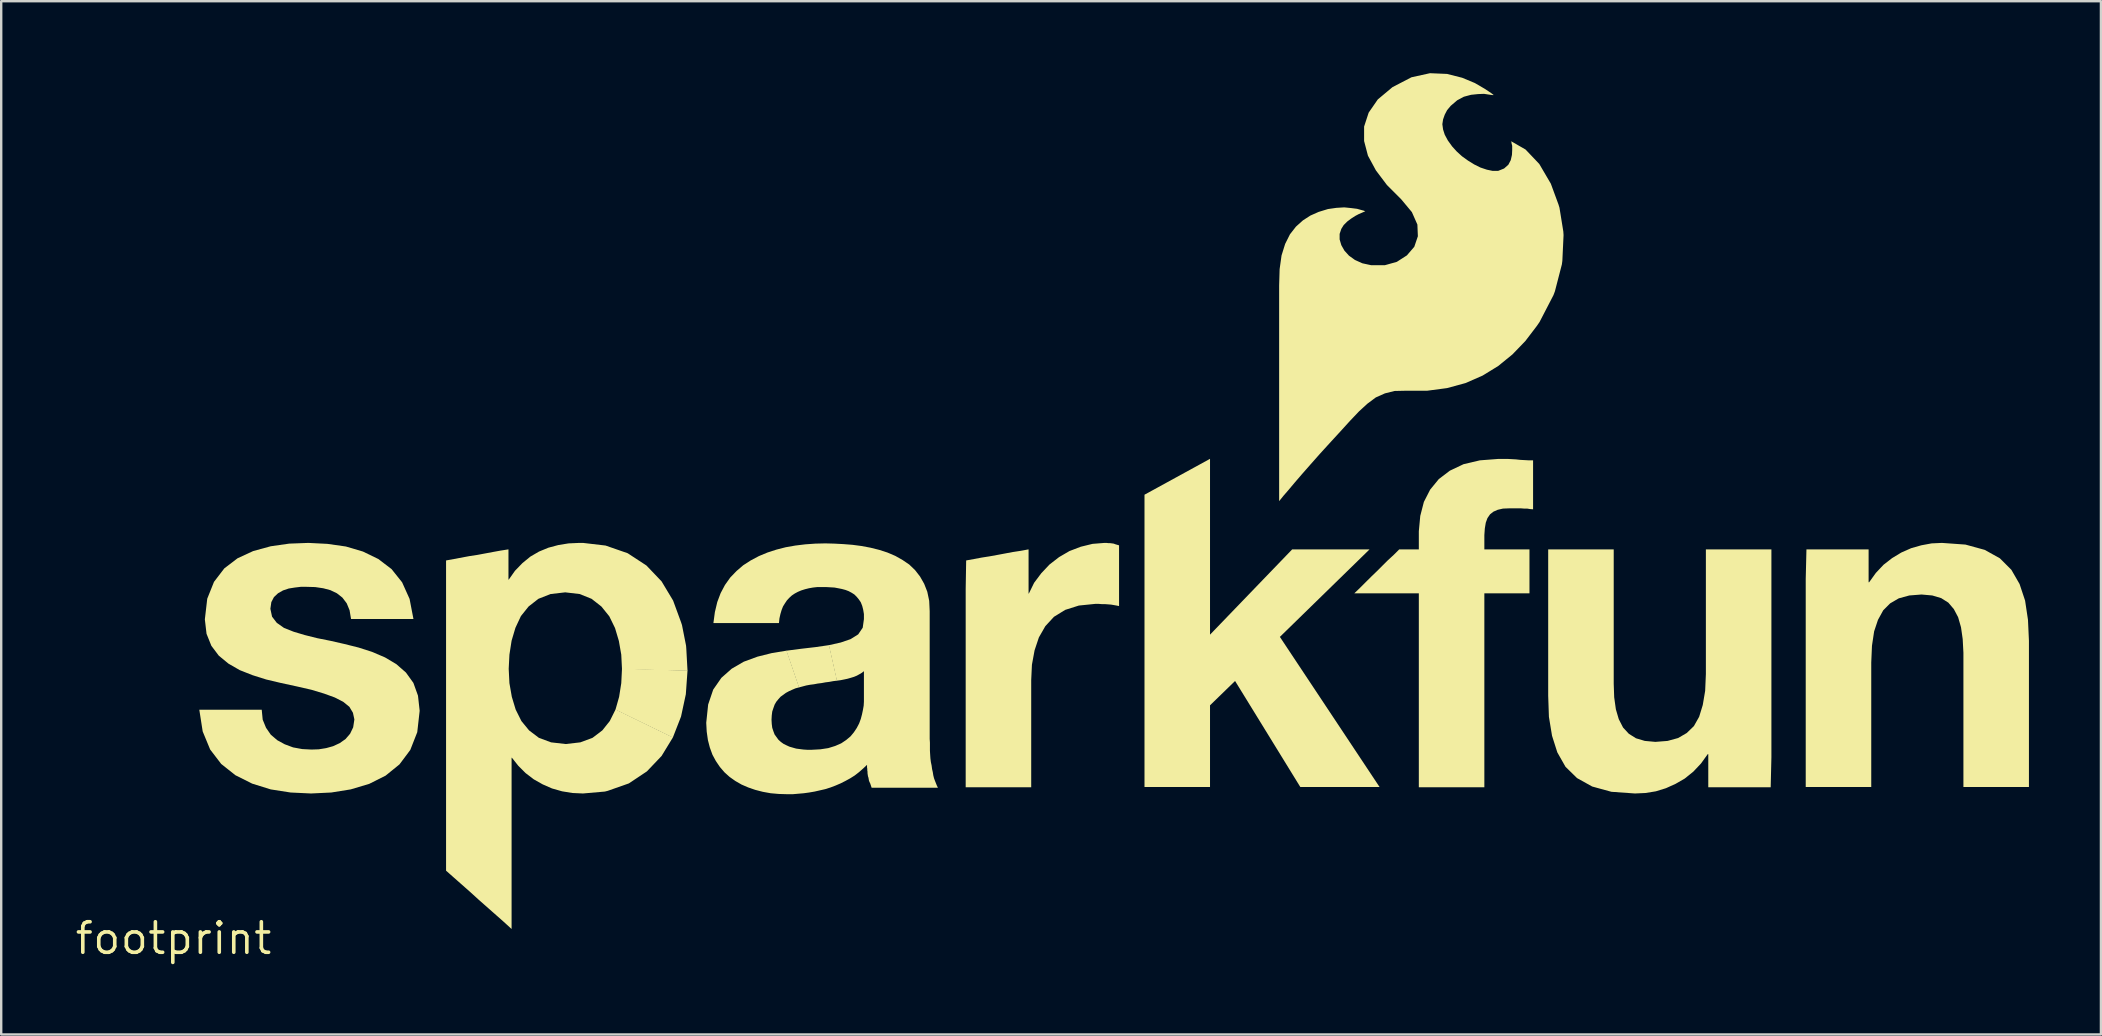
<source format=kicad_pcb>
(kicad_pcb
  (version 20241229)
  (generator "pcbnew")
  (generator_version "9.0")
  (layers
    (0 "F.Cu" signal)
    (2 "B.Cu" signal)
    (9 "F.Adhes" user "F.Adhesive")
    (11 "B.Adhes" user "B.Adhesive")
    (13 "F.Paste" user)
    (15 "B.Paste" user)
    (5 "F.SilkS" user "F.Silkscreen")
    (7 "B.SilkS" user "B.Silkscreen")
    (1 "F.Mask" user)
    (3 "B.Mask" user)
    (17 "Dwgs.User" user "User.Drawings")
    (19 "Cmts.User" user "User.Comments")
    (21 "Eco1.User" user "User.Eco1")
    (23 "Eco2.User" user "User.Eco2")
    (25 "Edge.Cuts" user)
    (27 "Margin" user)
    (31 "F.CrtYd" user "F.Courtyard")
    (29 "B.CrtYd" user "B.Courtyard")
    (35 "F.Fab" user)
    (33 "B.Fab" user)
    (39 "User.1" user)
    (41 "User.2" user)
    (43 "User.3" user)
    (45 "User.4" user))
  (footprint "footprint"
    (layer "F.Cu")
    (at 4.18 36.045)
    (property "Reference" "footprint" (at 0 0 0) (layer "F.SilkS") (effects (font (size 1.27 1.27) (thickness 0.15))))
    (fp_poly (pts (xy 21.415 -11.155) (xy 21.345 -10.169) (xy 21.145 -9.239) (xy 20.803 -8.363) (xy 18.414 -9.527) (xy 18.565 -10.061) (xy 18.655 -10.631) (xy 18.685 -11.235)) (stroke (width 0) (type solid)) (fill yes) (layer "F.SilkS"))
    (fp_poly (pts (xy 43.185 -12.652) (xy 46.608 -16.205) (xy 49.832 -16.205) (xy 46.096 -12.559) (xy 50.249 -6.305) (xy 46.947 -6.305) (xy 44.229 -10.722) (xy 43.185 -9.708) (xy 43.185 -6.305) (xy 40.455 -6.305) (xy 40.455 -18.483) (xy 43.185 -19.978)) (stroke (width 0) (type solid)) (fill yes) (layer "F.SilkS"))
    (fp_poly (pts (xy 27.646 -10.736) (xy 27.481 -10.715) (xy 27.321 -10.685) (xy 27.161 -10.665) (xy 27.001 -10.635) (xy 26.841 -10.615) (xy 26.681 -10.585) (xy 26.521 -10.565) (xy 26.361 -10.535) (xy 26.211 -10.495) (xy 26.057 -10.454) (xy 25.533 -11.984) (xy 26.159 -12.065) (xy 26.759 -12.135) (xy 27.314 -12.216)) (stroke (width 0) (type solid)) (fill yes) (layer "F.SilkS"))
    (fp_poly (pts (xy 60.005 -10.61) (xy 60.025 -10.04) (xy 60.095 -9.541) (xy 60.215 -9.132) (xy 60.394 -8.783) (xy 60.633 -8.524) (xy 60.932 -8.335) (xy 61.301 -8.225) (xy 61.74 -8.185) (xy 62.249 -8.225) (xy 62.688 -8.345) (xy 63.047 -8.554) (xy 63.346 -8.843) (xy 63.565 -9.232) (xy 63.715 -9.721) (xy 63.815 -10.311) (xy 63.845 -11.01) (xy 63.845 -16.205) (xy 66.575 -16.205) (xy 66.575 -7.54) (xy 66.545 -6.295) (xy 63.945 -6.295) (xy 63.945 -7.675) (xy 63.923 -7.675) (xy 63.644 -7.287) (xy 63.323 -6.946) (xy 62.963 -6.656) (xy 62.582 -6.436) (xy 62.182 -6.255) (xy 61.761 -6.125) (xy 61.331 -6.055) (xy 60.89 -6.035) (xy 59.909 -6.105) (xy 59.108 -6.325) (xy 58.477 -6.676) (xy 57.996 -7.147) (xy 57.655 -7.748) (xy 57.435 -8.439) (xy 57.305 -9.23) (xy 57.275 -10.11) (xy 57.275 -16.205) (xy 60.005 -16.205)) (stroke (width 0) (type solid)) (fill yes) (layer "F.SilkS"))
    (fp_poly (pts (xy 74.661 -16.405) (xy 75.462 -16.185) (xy 76.093 -15.834) (xy 76.574 -15.353) (xy 76.915 -14.762) (xy 77.145 -14.071) (xy 77.265 -13.27) (xy 77.305 -12.4) (xy 77.305 -6.305) (xy 74.575 -6.305) (xy 74.575 -11.9) (xy 74.545 -12.47) (xy 74.475 -12.959) (xy 74.355 -13.378) (xy 74.176 -13.717) (xy 73.947 -13.986) (xy 73.648 -14.175) (xy 73.279 -14.285) (xy 72.83 -14.325) (xy 72.321 -14.285) (xy 71.882 -14.165) (xy 71.523 -13.956) (xy 71.234 -13.667) (xy 71.015 -13.268) (xy 70.855 -12.789) (xy 70.765 -12.19) (xy 70.735 -11.49) (xy 70.735 -6.305) (xy 68.005 -6.305) (xy 68.005 -14.97) (xy 68.035 -16.205) (xy 70.625 -16.205) (xy 70.625 -14.835) (xy 70.647 -14.835) (xy 70.926 -15.223) (xy 71.247 -15.564) (xy 71.607 -15.844) (xy 71.988 -16.074) (xy 72.398 -16.255) (xy 72.819 -16.375) (xy 73.249 -16.455) (xy 73.68 -16.475)) (stroke (width 0) (type solid)) (fill yes) (layer "F.SilkS"))
    (fp_poly (pts (xy 38.95 -16.465) (xy 39.02 -16.465) (xy 39.101 -16.455) (xy 39.171 -16.445) (xy 39.252 -16.415) (xy 39.395 -16.374) (xy 39.395 -13.844) (xy 39.289 -13.865) (xy 39.179 -13.885) (xy 39.059 -13.905) (xy 38.8 -13.925) (xy 38.67 -13.925) (xy 38.54 -13.935) (xy 38.41 -13.935) (xy 37.721 -13.865) (xy 37.152 -13.685) (xy 36.683 -13.396) (xy 36.324 -13.007) (xy 36.055 -12.538) (xy 35.875 -11.999) (xy 35.765 -11.399) (xy 35.735 -10.76) (xy 35.735 -6.295) (xy 33.005 -6.295) (xy 33.005 -14.56) (xy 33.025 -15.744) (xy 33.359 -15.805) (xy 33.679 -15.865) (xy 33.999 -15.915) (xy 34.329 -15.975) (xy 34.649 -16.035) (xy 34.969 -16.095) (xy 35.299 -16.145) (xy 35.625 -16.206) (xy 35.625 -14.365) (xy 35.637 -14.365) (xy 35.856 -14.813) (xy 36.156 -15.213) (xy 36.497 -15.574) (xy 36.897 -15.884) (xy 37.328 -16.135) (xy 37.799 -16.315) (xy 38.289 -16.435) (xy 38.79 -16.475) (xy 38.87 -16.475)) (stroke (width 0) (type solid)) (fill yes) (layer "F.SilkS"))
    (fp_poly (pts (xy 55.75 -19.965) (xy 55.93 -19.955) (xy 56.11 -19.935) (xy 56.47 -19.915) (xy 56.645 -19.915) (xy 56.645 -17.875) (xy 56.519 -17.885) (xy 56.4 -17.905) (xy 56.27 -17.905) (xy 56.14 -17.915) (xy 55.65 -17.915) (xy 55.391 -17.905) (xy 55.172 -17.855) (xy 54.993 -17.776) (xy 54.854 -17.667) (xy 54.744 -17.508) (xy 54.675 -17.319) (xy 54.635 -17.079) (xy 54.615 -16.8) (xy 54.615 -16.205) (xy 56.495 -16.205) (xy 56.495 -14.375) (xy 54.615 -14.375) (xy 54.615 -6.295) (xy 51.885 -6.295) (xy 51.885 -14.375) (xy 49.198 -14.375) (xy 49.446 -14.614) (xy 49.676 -14.844) (xy 49.907 -15.074) (xy 50.136 -15.294) (xy 50.366 -15.524) (xy 50.597 -15.754) (xy 50.837 -15.974) (xy 51.068 -16.205) (xy 51.885 -16.205) (xy 51.885 -16.96) (xy 51.945 -17.601) (xy 52.095 -18.182) (xy 52.356 -18.693) (xy 52.717 -19.134) (xy 53.177 -19.484) (xy 53.748 -19.755) (xy 54.429 -19.915) (xy 55.21 -19.975) (xy 55.57 -19.975)) (stroke (width 0) (type solid)) (fill yes) (layer "F.SilkS"))
    (fp_poly (pts (xy 18.001 -16.365) (xy 18.922 -16.045) (xy 19.703 -15.534) (xy 20.334 -14.873) (xy 20.815 -14.072) (xy 21.145 -13.172) (xy 21.185 -13.051) (xy 21.355 -12.191) (xy 21.365 -12.06) (xy 21.415 -11.145) (xy 18.685 -11.215) (xy 18.655 -11.819) (xy 18.555 -12.389) (xy 18.395 -12.928) (xy 18.156 -13.417) (xy 17.826 -13.826) (xy 17.417 -14.146) (xy 16.919 -14.345) (xy 16.32 -14.415) (xy 15.711 -14.345) (xy 15.203 -14.146) (xy 14.794 -13.826) (xy 14.474 -13.427) (xy 14.245 -12.938) (xy 14.085 -12.399) (xy 13.995 -11.819) (xy 13.965 -11.23) (xy 13.995 -10.631) (xy 14.095 -10.061) (xy 14.255 -9.532) (xy 14.494 -9.053) (xy 14.813 -8.664) (xy 15.222 -8.354) (xy 15.731 -8.165) (xy 16.34 -8.095) (xy 16.949 -8.165) (xy 17.458 -8.354) (xy 17.866 -8.664) (xy 18.176 -9.053) (xy 18.418 -9.537) (xy 20.807 -8.372) (xy 20.334 -7.597) (xy 19.723 -6.956) (xy 18.972 -6.455) (xy 18.091 -6.145) (xy 17.971 -6.115) (xy 17.06 -6.035) (xy 16.619 -6.055) (xy 16.189 -6.125) (xy 15.768 -6.245) (xy 15.378 -6.416) (xy 15.007 -6.626) (xy 14.667 -6.886) (xy 14.366 -7.187) (xy 14.098 -7.525) (xy 14.085 -7.525) (xy 14.085 -0.389) (xy 13.737 -0.706) (xy 13.057 -1.306) (xy 12.717 -1.606) (xy 12.377 -1.916) (xy 11.697 -2.516) (xy 11.355 -2.818) (xy 11.355 -15.744) (xy 11.689 -15.805) (xy 12.009 -15.865) (xy 12.329 -15.925) (xy 12.659 -15.975) (xy 12.979 -16.035) (xy 13.299 -16.095) (xy 13.629 -16.155) (xy 13.955 -16.206) (xy 13.955 -14.945) (xy 13.967 -14.945) (xy 14.226 -15.313) (xy 14.537 -15.634) (xy 14.867 -15.904) (xy 15.228 -16.114) (xy 15.618 -16.275) (xy 16.029 -16.385) (xy 16.459 -16.455) (xy 16.91 -16.475) (xy 17.06 -16.475)) (stroke (width 0) (type solid)) (fill yes) (layer "F.SilkS"))
    (fp_poly (pts (xy 6.41 -16.435) (xy 7.181 -16.325) (xy 7.892 -16.115) (xy 8.533 -15.804) (xy 9.084 -15.384) (xy 9.524 -14.833) (xy 9.835 -14.142) (xy 9.996 -13.305) (xy 7.396 -13.305) (xy 7.335 -13.669) (xy 7.216 -13.958) (xy 7.036 -14.196) (xy 6.807 -14.376) (xy 6.538 -14.505) (xy 6.239 -14.585) (xy 5.9 -14.635) (xy 5.54 -14.645) (xy 5.3 -14.645) (xy 5.051 -14.615) (xy 4.801 -14.575) (xy 4.562 -14.495) (xy 4.353 -14.376) (xy 4.184 -14.217) (xy 4.075 -14.008) (xy 4.035 -13.73) (xy 4.105 -13.402) (xy 4.303 -13.144) (xy 4.602 -12.934) (xy 5.002 -12.775) (xy 5.471 -12.635) (xy 5.991 -12.505) (xy 6.541 -12.395) (xy 7.111 -12.265) (xy 7.711 -12.115) (xy 8.272 -11.935) (xy 8.812 -11.704) (xy 9.283 -11.424) (xy 9.684 -11.073) (xy 9.994 -10.642) (xy 10.185 -10.111) (xy 10.255 -9.48) (xy 10.155 -8.589) (xy 9.864 -7.848) (xy 9.414 -7.247) (xy 8.833 -6.776) (xy 8.152 -6.435) (xy 7.381 -6.205) (xy 6.571 -6.075) (xy 5.73 -6.035) (xy 4.879 -6.075) (xy 4.049 -6.205) (xy 3.278 -6.445) (xy 2.577 -6.796) (xy 1.986 -7.266) (xy 1.526 -7.867) (xy 1.215 -8.619) (xy 1.074 -9.525) (xy 3.675 -9.525) (xy 3.715 -9.111) (xy 3.854 -8.772) (xy 4.054 -8.483) (xy 4.323 -8.254) (xy 4.632 -8.085) (xy 4.981 -7.955) (xy 5.361 -7.885) (xy 5.75 -7.865) (xy 6.05 -7.875) (xy 6.359 -7.925) (xy 6.648 -8.005) (xy 6.927 -8.134) (xy 7.167 -8.304) (xy 7.356 -8.523) (xy 7.485 -8.791) (xy 7.535 -9.12) (xy 7.475 -9.398) (xy 7.326 -9.647) (xy 7.067 -9.856) (xy 6.718 -10.035) (xy 6.278 -10.195) (xy 5.749 -10.355) (xy 5.139 -10.495) (xy 4.449 -10.645) (xy 3.859 -10.785) (xy 3.288 -10.965) (xy 2.758 -11.175) (xy 2.287 -11.446) (xy 1.886 -11.777) (xy 1.576 -12.188) (xy 1.375 -12.689) (xy 1.305 -13.29) (xy 1.405 -14.151) (xy 1.686 -14.852) (xy 2.116 -15.414) (xy 2.667 -15.834) (xy 3.318 -16.135) (xy 4.049 -16.335) (xy 4.82 -16.445) (xy 5.62 -16.475)) (stroke (width 0) (type solid)) (fill yes) (layer "F.SilkS"))
    (fp_poly (pts (xy 47.374 -19.747) (xy 47.014 -19.337) (xy 46.704 -18.977) (xy 46.444 -18.667) (xy 46.244 -18.437) (xy 46.124 -18.287) (xy 46.065 -18.216) (xy 46.065 -27.2) (xy 46.085 -27.88) (xy 46.165 -28.451) (xy 46.315 -28.932) (xy 46.516 -29.333) (xy 46.766 -29.653) (xy 47.057 -29.914) (xy 47.368 -30.114) (xy 47.708 -30.265) (xy 48.099 -30.385) (xy 48.449 -30.435) (xy 48.78 -30.455) (xy 49.071 -30.425) (xy 49.311 -30.395) (xy 49.491 -30.345) (xy 49.602 -30.315) (xy 49.653 -30.289) (xy 49.612 -30.275) (xy 49.522 -30.235) (xy 49.382 -30.175) (xy 49.233 -30.096) (xy 49.063 -29.986) (xy 48.903 -29.866) (xy 48.754 -29.717) (xy 48.655 -29.558) (xy 48.585 -29.349) (xy 48.585 -29.121) (xy 48.655 -28.882) (xy 48.784 -28.653) (xy 48.973 -28.444) (xy 49.223 -28.264) (xy 49.532 -28.125) (xy 49.901 -28.045) (xy 50.469 -28.045) (xy 50.968 -28.185) (xy 51.387 -28.454) (xy 51.696 -28.813) (xy 51.845 -29.251) (xy 51.825 -29.739) (xy 51.596 -30.257) (xy 51.146 -30.797) (xy 50.556 -31.387) (xy 50.096 -31.997) (xy 49.765 -32.608) (xy 49.605 -33.219) (xy 49.605 -33.821) (xy 49.795 -34.402) (xy 50.176 -34.953) (xy 50.787 -35.464) (xy 51.578 -35.875) (xy 52.35 -36.045) (xy 53.061 -36.015) (xy 53.692 -35.855) (xy 54.222 -35.634) (xy 54.633 -35.394) (xy 54.903 -35.214) (xy 55.005 -35.135) (xy 54.94 -35.135) (xy 54.799 -35.155) (xy 54.6 -35.185) (xy 54.35 -35.175) (xy 54.061 -35.145) (xy 53.762 -35.065) (xy 53.483 -34.916) (xy 53.214 -34.686) (xy 53.064 -34.507) (xy 52.965 -34.318) (xy 52.895 -34.119) (xy 52.865 -33.92) (xy 52.895 -33.701) (xy 52.965 -33.482) (xy 53.094 -33.243) (xy 53.274 -32.993) (xy 53.464 -32.784) (xy 53.683 -32.584) (xy 53.933 -32.404) (xy 54.192 -32.244) (xy 54.452 -32.115) (xy 54.721 -32.025) (xy 54.961 -31.975) (xy 55.189 -31.975) (xy 55.437 -32.074) (xy 55.616 -32.233) (xy 55.715 -32.422) (xy 55.765 -32.641) (xy 55.775 -32.84) (xy 55.775 -33.019) (xy 55.745 -33.139) (xy 55.745 -33.188) (xy 55.71 -33.223) (xy 56.333 -32.864) (xy 56.904 -32.263) (xy 57.385 -31.442) (xy 57.705 -30.572) (xy 57.745 -30.441) (xy 57.905 -29.451) (xy 57.915 -29.3) (xy 57.865 -28.23) (xy 57.845 -28.079) (xy 57.555 -26.958) (xy 57.495 -26.798) (xy 56.914 -25.677) (xy 56.804 -25.517) (xy 56.324 -24.887) (xy 55.783 -24.326) (xy 55.193 -23.846) (xy 54.542 -23.446) (xy 53.832 -23.135) (xy 53.061 -22.925) (xy 52.23 -22.815) (xy 51.33 -22.815) (xy 50.871 -22.805) (xy 50.472 -22.705) (xy 50.093 -22.536) (xy 49.743 -22.276) (xy 49.394 -21.956) (xy 49.024 -21.567) (xy 48.624 -21.127) (xy 48.174 -20.637) (xy 47.764 -20.187)) (stroke (width 0) (type solid)) (fill yes) (layer "F.SilkS"))
    (fp_poly (pts (xy 27.53 -16.445) (xy 27.91 -16.425) (xy 28.291 -16.395) (xy 28.671 -16.345) (xy 29.041 -16.275) (xy 29.401 -16.185) (xy 29.742 -16.075) (xy 30.072 -15.934) (xy 30.373 -15.764) (xy 30.653 -15.574) (xy 30.894 -15.343) (xy 31.104 -15.073) (xy 31.275 -14.772) (xy 31.405 -14.441) (xy 31.485 -14.061) (xy 31.505 -13.63) (xy 31.505 -8.31) (xy 31.515 -8.15) (xy 31.515 -7.82) (xy 31.525 -7.65) (xy 31.535 -7.5) (xy 31.555 -7.341) (xy 31.585 -7.201) (xy 31.605 -7.051) (xy 31.635 -6.921) (xy 31.655 -6.791) (xy 31.685 -6.671) (xy 31.725 -6.562) (xy 31.805 -6.362) (xy 31.848 -6.275) (xy 29.086 -6.275) (xy 29.065 -6.338) (xy 29.025 -6.458) (xy 28.995 -6.518) (xy 28.975 -6.569) (xy 28.965 -6.629) (xy 28.955 -6.689) (xy 28.935 -6.749) (xy 28.925 -6.809) (xy 28.915 -6.88) (xy 28.915 -6.94) (xy 28.905 -7) (xy 28.905 -7.06) (xy 28.895 -7.12) (xy 28.895 -7.228) (xy 28.733 -7.076) (xy 28.563 -6.926) (xy 28.383 -6.786) (xy 28.193 -6.666) (xy 27.992 -6.556) (xy 27.792 -6.455) (xy 27.582 -6.365) (xy 27.372 -6.285) (xy 27.151 -6.215) (xy 26.931 -6.165) (xy 26.711 -6.115) (xy 26.481 -6.075) (xy 26.261 -6.045) (xy 26.03 -6.025) (xy 25.8 -6.005) (xy 25.57 -6.005) (xy 25.22 -6.015) (xy 24.879 -6.045) (xy 24.549 -6.105) (xy 24.239 -6.185) (xy 23.948 -6.285) (xy 23.668 -6.406) (xy 23.407 -6.556) (xy 23.167 -6.726) (xy 22.956 -6.916) (xy 22.766 -7.137) (xy 22.596 -7.387) (xy 22.455 -7.648) (xy 22.345 -7.949) (xy 22.265 -8.259) (xy 22.215 -8.61) (xy 22.195 -8.98) (xy 22.275 -9.741) (xy 22.485 -10.362) (xy 22.826 -10.853) (xy 23.257 -11.234) (xy 23.758 -11.525) (xy 24.329 -11.735) (xy 24.929 -11.885) (xy 25.543 -11.986) (xy 26.066 -10.457) (xy 25.912 -10.415) (xy 25.772 -10.355) (xy 25.642 -10.296) (xy 25.513 -10.226) (xy 25.293 -10.066) (xy 25.204 -9.967) (xy 25.114 -9.857) (xy 25.045 -9.738) (xy 24.995 -9.598) (xy 24.945 -9.449) (xy 24.925 -9.29) (xy 24.915 -9.11) (xy 24.925 -8.93) (xy 24.945 -8.771) (xy 24.995 -8.622) (xy 25.044 -8.492) (xy 25.204 -8.273) (xy 25.303 -8.184) (xy 25.413 -8.104) (xy 25.532 -8.045) (xy 25.662 -7.985) (xy 25.941 -7.905) (xy 26.091 -7.885) (xy 26.25 -7.865) (xy 26.41 -7.855) (xy 26.58 -7.855) (xy 26.949 -7.875) (xy 27.279 -7.925) (xy 27.568 -8.015) (xy 27.818 -8.124) (xy 28.027 -8.264) (xy 28.206 -8.414) (xy 28.346 -8.583) (xy 28.466 -8.763) (xy 28.565 -8.952) (xy 28.635 -9.142) (xy 28.685 -9.331) (xy 28.725 -9.521) (xy 28.755 -9.691) (xy 28.765 -9.86) (xy 28.765 -11.13) (xy 28.683 -11.066) (xy 28.582 -11.006) (xy 28.472 -10.945) (xy 28.352 -10.895) (xy 28.221 -10.855) (xy 28.081 -10.815) (xy 27.941 -10.785) (xy 27.791 -10.755) (xy 27.636 -10.734) (xy 27.304 -12.214) (xy 27.799 -12.325) (xy 28.208 -12.465) (xy 28.526 -12.664) (xy 28.715 -12.942) (xy 28.765 -13.3) (xy 28.765 -13.51) (xy 28.735 -13.689) (xy 28.695 -13.848) (xy 28.636 -13.998) (xy 28.556 -14.117) (xy 28.466 -14.227) (xy 28.367 -14.326) (xy 28.257 -14.396) (xy 28.128 -14.465) (xy 27.998 -14.515) (xy 27.849 -14.555) (xy 27.699 -14.585) (xy 27.539 -14.615) (xy 27.37 -14.625) (xy 27.19 -14.635) (xy 26.82 -14.635) (xy 26.641 -14.615) (xy 26.471 -14.585) (xy 26.311 -14.545) (xy 26.152 -14.495) (xy 26.012 -14.435) (xy 25.883 -14.366) (xy 25.763 -14.286) (xy 25.654 -14.186) (xy 25.554 -14.077) (xy 25.474 -13.957) (xy 25.394 -13.828) (xy 25.335 -13.678) (xy 25.285 -13.509) (xy 25.245 -13.329) (xy 25.225 -13.135) (xy 22.494 -13.135) (xy 22.555 -13.591) (xy 22.655 -14.011) (xy 22.795 -14.382) (xy 22.976 -14.723) (xy 23.196 -15.033) (xy 23.457 -15.304) (xy 23.737 -15.544) (xy 24.047 -15.744) (xy 24.388 -15.925) (xy 24.748 -16.075) (xy 25.119 -16.195) (xy 25.509 -16.295) (xy 25.909 -16.365) (xy 26.32 -16.415) (xy 26.74 -16.445) (xy 27.16 -16.455)) (stroke (width 0) (type solid)) (fill yes) (layer "F.SilkS")))
  (gr_rect
    (start -3 -3)
    (end 84.485 40.051)
    (stroke (width 0.1) (type default))
    (fill no)
    (layer "Edge.Cuts")))
</source>
